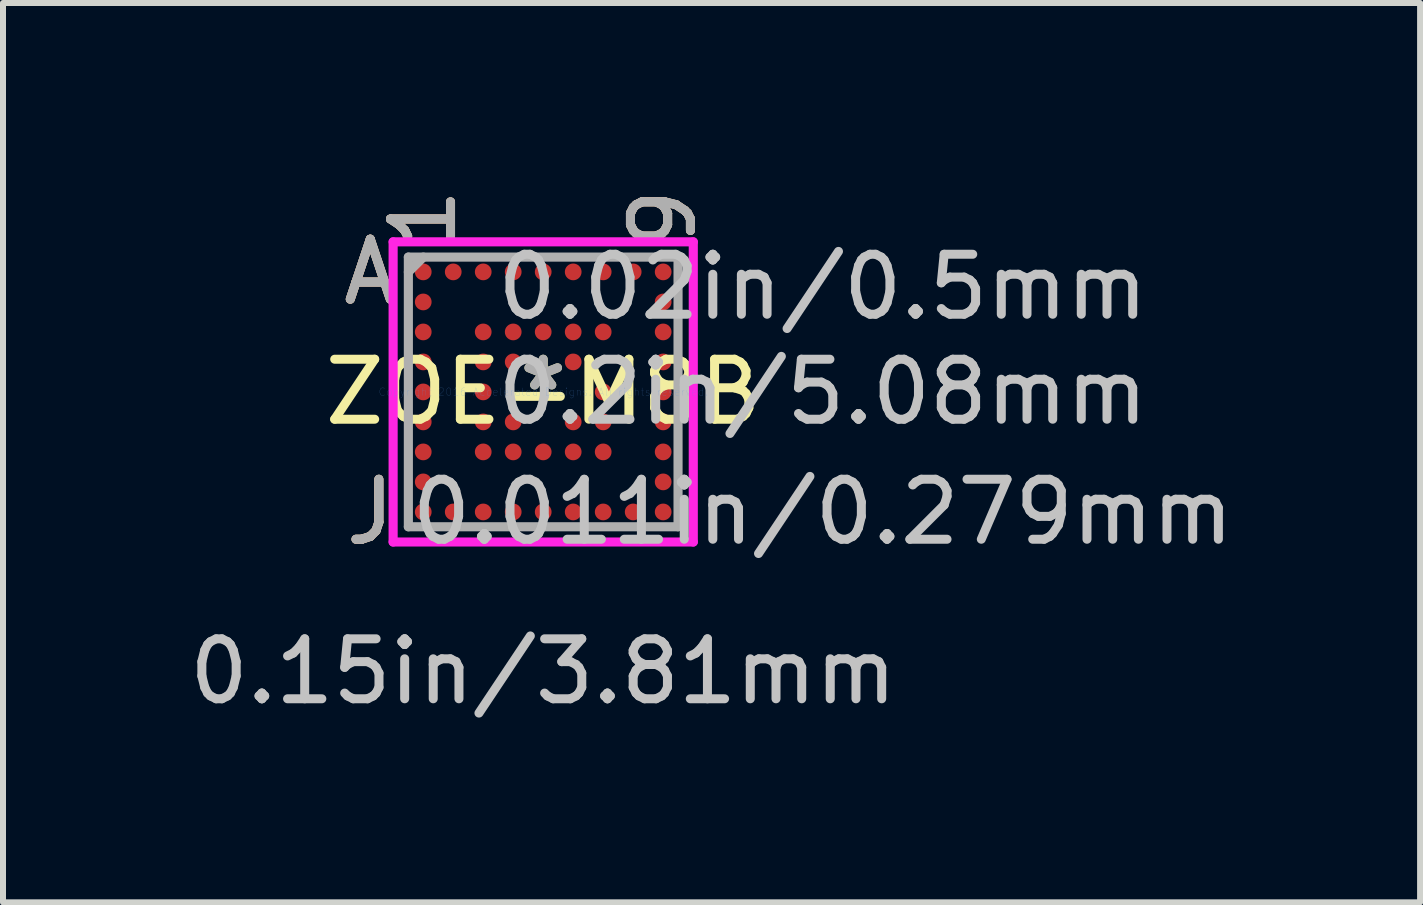
<source format=kicad_pcb>
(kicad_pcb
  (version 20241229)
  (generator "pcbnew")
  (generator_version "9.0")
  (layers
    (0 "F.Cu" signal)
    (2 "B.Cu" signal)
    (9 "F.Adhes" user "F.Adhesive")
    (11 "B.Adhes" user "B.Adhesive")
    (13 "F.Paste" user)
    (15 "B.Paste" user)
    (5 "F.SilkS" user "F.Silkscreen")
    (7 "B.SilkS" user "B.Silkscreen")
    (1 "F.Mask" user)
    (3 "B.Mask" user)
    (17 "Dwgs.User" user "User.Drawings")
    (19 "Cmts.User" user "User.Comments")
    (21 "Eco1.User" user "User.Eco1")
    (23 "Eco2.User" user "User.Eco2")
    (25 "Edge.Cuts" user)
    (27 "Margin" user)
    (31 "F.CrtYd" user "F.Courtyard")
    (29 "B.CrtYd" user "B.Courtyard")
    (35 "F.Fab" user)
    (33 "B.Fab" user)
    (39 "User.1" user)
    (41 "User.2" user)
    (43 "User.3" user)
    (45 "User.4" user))
  (footprint "ZOE-M8B"
    (layer "F.Cu")
    (at 6.006 3.484)
    (property "Reference" "ZOE-M8B" (at 0 0 0) (layer "F.SilkS") (effects (font (size 1 1) (thickness 0.15))))
    (attr through_hole)
    (fp_line (start -2.502 -2.502) (end 2.502 -2.502) (stroke (width 0.152) (type solid)) (layer "F.CrtYd"))
    (fp_line (start -2.502 2.502) (end -2.502 -2.502) (stroke (width 0.152) (type solid)) (layer "F.CrtYd"))
    (fp_line (start 2.502 -2.502) (end 2.502 2.502) (stroke (width 0.152) (type solid)) (layer "F.CrtYd"))
    (fp_line (start 2.502 2.502) (end -2.502 2.502) (stroke (width 0.152) (type solid)) (layer "F.CrtYd"))
    (fp_line (start -2.248 -2.248) (end -2.248 2.248) (stroke (width 0.152) (type solid)) (layer "F.Fab"))
    (fp_line (start -2.248 2.248) (end 2.248 2.248) (stroke (width 0.152) (type solid)) (layer "F.Fab"))
    (fp_line (start -1.998 -2.248) (end -2.248 -1.998) (stroke (width 0.152) (type solid)) (layer "F.Fab"))
    (fp_line (start 2.248 -2.248) (end -2.248 -2.248) (stroke (width 0.152) (type solid)) (layer "F.Fab"))
    (fp_line (start 2.248 2.248) (end 2.248 -2.248) (stroke (width 0.152) (type solid)) (layer "F.Fab"))
    (fp_text user "J" (at -2.883 2.001 0) (layer "F.SilkS") (effects (font (size 1 1) (thickness 0.15))))
    (fp_text user "*" (at 0 0 0) (layer "F.SilkS") (effects (font (size 1 1) (thickness 0.15))))
    (fp_text user "1" (at -2 -2.883 90) (layer "F.SilkS") (effects (font (size 1 1) (thickness 0.15))))
    (fp_text user "9" (at 2 -2.883 90) (layer "F.SilkS") (effects (font (size 1 1) (thickness 0.15))))
    (fp_text user "A" (at -2.883 -2.001 0) (layer "F.SilkS") (effects (font (size 1 1) (thickness 0.15))))
    (fp_text user "J" (at -2.883 2.001 0) (layer "B.SilkS") (effects (font (size 1 1) (thickness 0.15))))
    (fp_text user "9" (at 2 -2.883 90) (layer "B.SilkS") (effects (font (size 1 1) (thickness 0.15))))
    (fp_text user "1" (at -2 -2.883 90) (layer "B.SilkS") (effects (font (size 1 1) (thickness 0.15))))
    (fp_text user "A" (at -2.883 -2.001 0) (layer "B.SilkS") (effects (font (size 1 1) (thickness 0.15))))
    (fp_text user "0.011in/0.279mm" (at 4.661 2.001 0) (layer "Dwgs.User") (effects (font (size 1 1) (thickness 0.15))))
    (fp_text user "0.15in/3.81mm" (at 0 4.661 0) (layer "Dwgs.User") (effects (font (size 1 1) (thickness 0.15))))
    (fp_text user "0.2in/5.08mm" (at 4.661 0 0) (layer "Dwgs.User") (effects (font (size 1 1) (thickness 0.15))))
    (fp_text user "0.02in/0.5mm" (at 4.661 -1.75 0) (layer "Dwgs.User") (effects (font (size 1 1) (thickness 0.15))))
    (fp_text user "Copyright 2016 Accelerated Designs. All rights reserved." (at 0 0 0) (layer "Cmts.User") (effects (font (size 0.127 0.127) (thickness 0.002))))
    (fp_text user "*" (at 0 0 0) (layer "F.Fab") (effects (font (size 1 1) (thickness 0.15))))
    (fp_text user "9" (at 2 -2.883 90) (layer "F.Fab") (effects (font (size 1 1) (thickness 0.15))))
    (fp_text user "1" (at -2 -2.883 90) (layer "F.Fab") (effects (font (size 1 1) (thickness 0.15))))
    (fp_text user "J" (at -2.883 2.001 0) (layer "F.Fab") (effects (font (size 1 1) (thickness 0.15))))
    (fp_text user "A" (at -2.883 -2.001 0) (layer "F.Fab") (effects (font (size 1 1) (thickness 0.15))))
    (pad "A1" smd circle (at -2 -2.001) (size 0.279 0.279) (layers "F.Cu" "F.Mask" "F.Paste"))
    (pad "A2" smd circle (at -1.5 -2.001) (size 0.279 0.279) (layers "F.Cu" "F.Mask" "F.Paste"))
    (pad "A3" smd circle (at -1 -2.001) (size 0.279 0.279) (layers "F.Cu" "F.Mask" "F.Paste"))
    (pad "A4" smd circle (at -0.5 -2.001) (size 0.279 0.279) (layers "F.Cu" "F.Mask" "F.Paste"))
    (pad "A5" smd circle (at 0 -2.001) (size 0.279 0.279) (layers "F.Cu" "F.Mask" "F.Paste"))
    (pad "A6" smd circle (at 0.5 -2.001) (size 0.279 0.279) (layers "F.Cu" "F.Mask" "F.Paste"))
    (pad "A7" smd circle (at 1 -2.001) (size 0.279 0.279) (layers "F.Cu" "F.Mask" "F.Paste"))
    (pad "A8" smd circle (at 1.5 -2.001) (size 0.279 0.279) (layers "F.Cu" "F.Mask" "F.Paste"))
    (pad "A9" smd circle (at 2 -2.001) (size 0.279 0.279) (layers "F.Cu" "F.Mask" "F.Paste"))
    (pad "B1" smd circle (at -2 -1.5) (size 0.279 0.279) (layers "F.Cu" "F.Mask" "F.Paste"))
    (pad "B9" smd circle (at 2 -1.5) (size 0.279 0.279) (layers "F.Cu" "F.Mask" "F.Paste"))
    (pad "C1" smd circle (at -2 -1) (size 0.279 0.279) (layers "F.Cu" "F.Mask" "F.Paste"))
    (pad "C3" smd circle (at -1 -1) (size 0.279 0.279) (layers "F.Cu" "F.Mask" "F.Paste"))
    (pad "C4" smd circle (at -0.5 -1) (size 0.279 0.279) (layers "F.Cu" "F.Mask" "F.Paste"))
    (pad "C5" smd circle (at 0 -1) (size 0.279 0.279) (layers "F.Cu" "F.Mask" "F.Paste"))
    (pad "C6" smd circle (at 0.5 -1) (size 0.279 0.279) (layers "F.Cu" "F.Mask" "F.Paste"))
    (pad "C7" smd circle (at 1 -1) (size 0.279 0.279) (layers "F.Cu" "F.Mask" "F.Paste"))
    (pad "C9" smd circle (at 2 -1) (size 0.279 0.279) (layers "F.Cu" "F.Mask" "F.Paste"))
    (pad "D1" smd circle (at -2 -0.5) (size 0.279 0.279) (layers "F.Cu" "F.Mask" "F.Paste"))
    (pad "D3" smd circle (at -1 -0.5) (size 0.279 0.279) (layers "F.Cu" "F.Mask" "F.Paste"))
    (pad "D4" smd circle (at -0.5 -0.5) (size 0.279 0.279) (layers "F.Cu" "F.Mask" "F.Paste"))
    (pad "D6" smd circle (at 0.5 -0.5) (size 0.279 0.279) (layers "F.Cu" "F.Mask" "F.Paste"))
    (pad "D9" smd circle (at 2 -0.5) (size 0.279 0.279) (layers "F.Cu" "F.Mask" "F.Paste"))
    (pad "E1" smd circle (at -2 0) (size 0.279 0.279) (layers "F.Cu" "F.Mask" "F.Paste"))
    (pad "E3" smd circle (at -1 0) (size 0.279 0.279) (layers "F.Cu" "F.Mask" "F.Paste"))
    (pad "E7" smd circle (at 1 0) (size 0.279 0.279) (layers "F.Cu" "F.Mask" "F.Paste"))
    (pad "E9" smd circle (at 2 0) (size 0.279 0.279) (layers "F.Cu" "F.Mask" "F.Paste"))
    (pad "F1" smd circle (at -2 0.5) (size 0.279 0.279) (layers "F.Cu" "F.Mask" "F.Paste"))
    (pad "F3" smd circle (at -1 0.5) (size 0.279 0.279) (layers "F.Cu" "F.Mask" "F.Paste"))
    (pad "F4" smd circle (at -0.5 0.5) (size 0.279 0.279) (layers "F.Cu" "F.Mask" "F.Paste"))
    (pad "F6" smd circle (at 0.5 0.5) (size 0.279 0.279) (layers "F.Cu" "F.Mask" "F.Paste"))
    (pad "F7" smd circle (at 1 0.5) (size 0.279 0.279) (layers "F.Cu" "F.Mask" "F.Paste"))
    (pad "F9" smd circle (at 2 0.5) (size 0.279 0.279) (layers "F.Cu" "F.Mask" "F.Paste"))
    (pad "G1" smd circle (at -2 1) (size 0.279 0.279) (layers "F.Cu" "F.Mask" "F.Paste"))
    (pad "G3" smd circle (at -1 1) (size 0.279 0.279) (layers "F.Cu" "F.Mask" "F.Paste"))
    (pad "G4" smd circle (at -0.5 1) (size 0.279 0.279) (layers "F.Cu" "F.Mask" "F.Paste"))
    (pad "G5" smd circle (at 0 1) (size 0.279 0.279) (layers "F.Cu" "F.Mask" "F.Paste"))
    (pad "G6" smd circle (at 0.5 1) (size 0.279 0.279) (layers "F.Cu" "F.Mask" "F.Paste"))
    (pad "G7" smd circle (at 1 1) (size 0.279 0.279) (layers "F.Cu" "F.Mask" "F.Paste"))
    (pad "G9" smd circle (at 2 1) (size 0.279 0.279) (layers "F.Cu" "F.Mask" "F.Paste"))
    (pad "H1" smd circle (at -2 1.5) (size 0.279 0.279) (layers "F.Cu" "F.Mask" "F.Paste"))
    (pad "H9" smd circle (at 2 1.5) (size 0.279 0.279) (layers "F.Cu" "F.Mask" "F.Paste"))
    (pad "J1" smd circle (at -2 2.001) (size 0.279 0.279) (layers "F.Cu" "F.Mask" "F.Paste"))
    (pad "J2" smd circle (at -1.5 2.001) (size 0.279 0.279) (layers "F.Cu" "F.Mask" "F.Paste"))
    (pad "J3" smd circle (at -1 2.001) (size 0.279 0.279) (layers "F.Cu" "F.Mask" "F.Paste"))
    (pad "J4" smd circle (at -0.5 2.001) (size 0.279 0.279) (layers "F.Cu" "F.Mask" "F.Paste"))
    (pad "J5" smd circle (at 0 2.001) (size 0.279 0.279) (layers "F.Cu" "F.Mask" "F.Paste"))
    (pad "J6" smd circle (at 0.5 2.001) (size 0.279 0.279) (layers "F.Cu" "F.Mask" "F.Paste"))
    (pad "J7" smd circle (at 1 2.001) (size 0.279 0.279) (layers "F.Cu" "F.Mask" "F.Paste"))
    (pad "J8" smd circle (at 1.5 2.001) (size 0.279 0.279) (layers "F.Cu" "F.Mask" "F.Paste"))
    (pad "J9" smd circle (at 2 2.001) (size 0.279 0.279) (layers "F.Cu" "F.Mask" "F.Paste")))
  (gr_rect
    (start -3 -3)
    (end 20.625 11.993)
    (stroke (width 0.1) (type default))
    (fill no)
    (layer "Edge.Cuts")))
</source>
